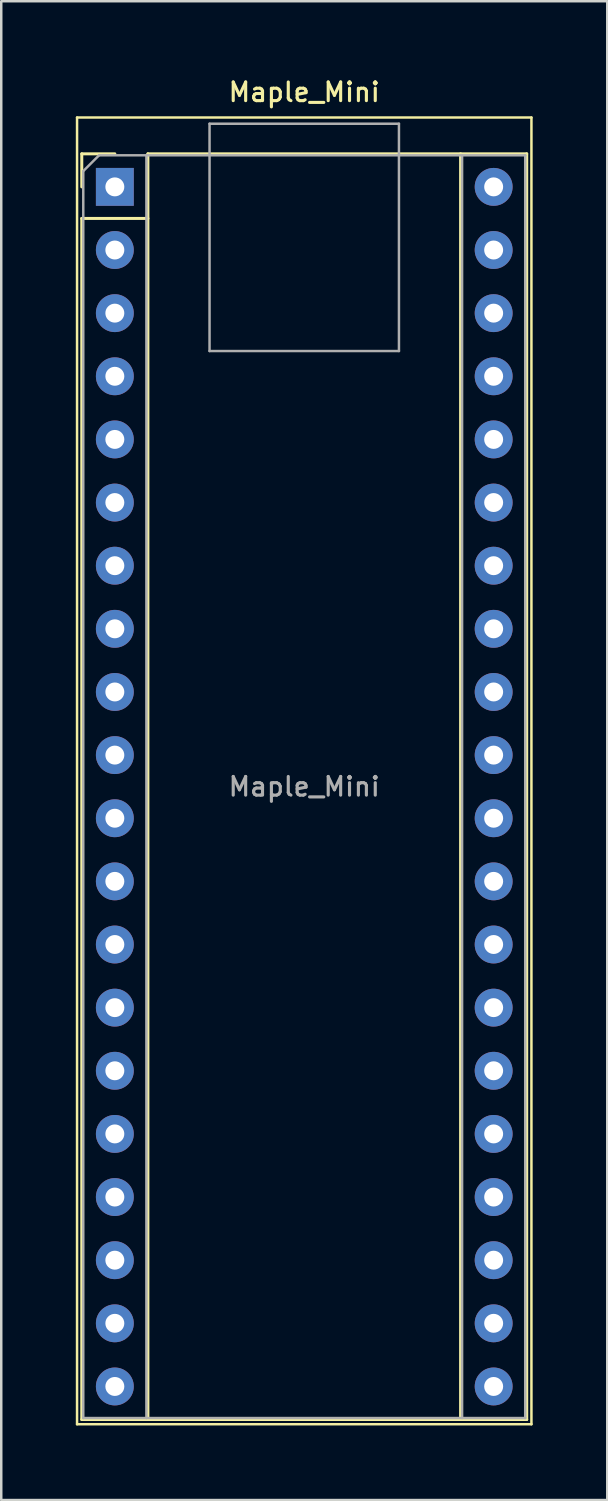
<source format=kicad_pcb>
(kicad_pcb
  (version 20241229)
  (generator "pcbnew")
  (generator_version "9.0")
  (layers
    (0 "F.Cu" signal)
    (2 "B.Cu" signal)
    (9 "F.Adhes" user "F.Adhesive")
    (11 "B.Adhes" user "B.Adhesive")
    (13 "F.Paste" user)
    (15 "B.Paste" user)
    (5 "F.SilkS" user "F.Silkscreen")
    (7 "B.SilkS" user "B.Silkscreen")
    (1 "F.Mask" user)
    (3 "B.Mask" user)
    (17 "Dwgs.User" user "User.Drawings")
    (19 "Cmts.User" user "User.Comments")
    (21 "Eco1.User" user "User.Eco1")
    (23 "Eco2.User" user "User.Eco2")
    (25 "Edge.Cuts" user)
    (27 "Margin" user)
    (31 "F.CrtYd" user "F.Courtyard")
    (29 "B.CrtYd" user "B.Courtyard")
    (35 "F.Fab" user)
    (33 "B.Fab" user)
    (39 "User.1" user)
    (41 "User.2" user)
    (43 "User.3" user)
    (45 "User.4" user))
  (footprint "Maple_Mini"
    (layer "F.Cu")
    (at 1.57 4.468)
    (property "Reference" "Maple_Mini" (at 7.62 -3.81 0) (layer "F.SilkS") (effects (font (size 0.75 0.75) (thickness 0.125))))
    (attr through_hole)
    (fp_line (start -1.52 -2.79) (end 16.76 -2.79) (stroke (width 0.1) (type solid)) (layer "F.SilkS"))
    (fp_line (start -1.52 49.78) (end -1.52 -2.79) (stroke (width 0.1) (type solid)) (layer "F.SilkS"))
    (fp_line (start -1.33 -1.33) (end -1.33 0) (stroke (width 0.12) (type solid)) (layer "F.SilkS"))
    (fp_line (start -1.33 1.27) (end 1.33 1.27) (stroke (width 0.12) (type solid)) (layer "F.SilkS"))
    (fp_line (start -1.33 49.59) (end -1.33 1.27) (stroke (width 0.12) (type solid)) (layer "F.SilkS"))
    (fp_line (start 0 -1.33) (end -1.33 -1.33) (stroke (width 0.12) (type solid)) (layer "F.SilkS"))
    (fp_line (start 1.33 -1.33) (end 1.33 49.59) (stroke (width 0.12) (type solid)) (layer "F.SilkS"))
    (fp_line (start 1.33 -1.33) (end 16.57 -1.33) (stroke (width 0.12) (type solid)) (layer "F.SilkS"))
    (fp_line (start 13.91 49.59) (end 13.91 -1.33) (stroke (width 0.12) (type solid)) (layer "F.SilkS"))
    (fp_line (start 16.57 -1.33) (end 16.57 49.59) (stroke (width 0.12) (type solid)) (layer "F.SilkS"))
    (fp_line (start 16.57 49.59) (end -1.33 49.59) (stroke (width 0.12) (type solid)) (layer "F.SilkS"))
    (fp_line (start 16.76 -2.79) (end 16.76 49.78) (stroke (width 0.1) (type solid)) (layer "F.SilkS"))
    (fp_line (start 16.76 49.78) (end -1.52 49.78) (stroke (width 0.1) (type solid)) (layer "F.SilkS"))
    (fp_line (start -1.27 -0.635) (end -0.635 -1.27) (stroke (width 0.1) (type solid)) (layer "F.Fab"))
    (fp_line (start -1.27 49.53) (end -1.27 -0.635) (stroke (width 0.1) (type solid)) (layer "F.Fab"))
    (fp_line (start -0.635 -1.27) (end 16.51 -1.27) (stroke (width 0.1) (type solid)) (layer "F.Fab"))
    (fp_line (start 1.27 -1.27) (end 1.27 49.53) (stroke (width 0.1) (type solid)) (layer "F.Fab"))
    (fp_line (start 3.81 -2.54) (end 11.43 -2.54) (stroke (width 0.1) (type solid)) (layer "F.Fab"))
    (fp_line (start 3.81 6.604) (end 3.81 -2.54) (stroke (width 0.1) (type solid)) (layer "F.Fab"))
    (fp_line (start 3.81 6.604) (end 11.43 6.604) (stroke (width 0.1) (type solid)) (layer "F.Fab"))
    (fp_line (start 11.43 -2.54) (end 11.43 6.604) (stroke (width 0.1) (type solid)) (layer "F.Fab"))
    (fp_line (start 13.97 -1.27) (end 13.97 49.53) (stroke (width 0.1) (type solid)) (layer "F.Fab"))
    (fp_line (start 16.51 -1.27) (end 16.51 49.53) (stroke (width 0.1) (type solid)) (layer "F.Fab"))
    (fp_line (start 16.51 49.53) (end -1.27 49.53) (stroke (width 0.1) (type solid)) (layer "F.Fab"))
    (fp_text user "${REFERENCE}" (at 7.62 24.13 0) (layer "F.Fab") (effects (font (size 0.75 0.75) (thickness 0.125))))
    (pad "1" thru_hole rect (at 0 0) (size 1.524 1.524) (drill 0.762) (layers "*.Cu" "*.Mask"))
    (pad "2" thru_hole circle (at 0 2.54) (size 1.524 1.524) (drill 0.762) (layers "*.Cu" "*.Mask"))
    (pad "3" thru_hole circle (at 0 5.08) (size 1.524 1.524) (drill 0.762) (layers "*.Cu" "*.Mask"))
    (pad "4" thru_hole circle (at 0 7.62) (size 1.524 1.524) (drill 0.762) (layers "*.Cu" "*.Mask"))
    (pad "5" thru_hole circle (at 0 10.16) (size 1.524 1.524) (drill 0.762) (layers "*.Cu" "*.Mask"))
    (pad "6" thru_hole circle (at 0 12.7) (size 1.524 1.524) (drill 0.762) (layers "*.Cu" "*.Mask"))
    (pad "7" thru_hole circle (at 0 15.24) (size 1.524 1.524) (drill 0.762) (layers "*.Cu" "*.Mask"))
    (pad "8" thru_hole circle (at 0 17.78) (size 1.524 1.524) (drill 0.762) (layers "*.Cu" "*.Mask"))
    (pad "9" thru_hole circle (at 0 20.32) (size 1.524 1.524) (drill 0.762) (layers "*.Cu" "*.Mask"))
    (pad "10" thru_hole circle (at 0 22.86) (size 1.524 1.524) (drill 0.762) (layers "*.Cu" "*.Mask"))
    (pad "11" thru_hole circle (at 0 25.4) (size 1.524 1.524) (drill 0.762) (layers "*.Cu" "*.Mask"))
    (pad "12" thru_hole circle (at 0 27.94) (size 1.524 1.524) (drill 0.762) (layers "*.Cu" "*.Mask"))
    (pad "13" thru_hole circle (at 0 30.48) (size 1.524 1.524) (drill 0.762) (layers "*.Cu" "*.Mask"))
    (pad "14" thru_hole circle (at 0 33.02) (size 1.524 1.524) (drill 0.762) (layers "*.Cu" "*.Mask"))
    (pad "15" thru_hole circle (at 0 35.56) (size 1.524 1.524) (drill 0.762) (layers "*.Cu" "*.Mask"))
    (pad "16" thru_hole circle (at 0 38.1) (size 1.524 1.524) (drill 0.762) (layers "*.Cu" "*.Mask"))
    (pad "17" thru_hole circle (at 0 40.64) (size 1.524 1.524) (drill 0.762) (layers "*.Cu" "*.Mask"))
    (pad "18" thru_hole circle (at 0 43.18) (size 1.524 1.524) (drill 0.762) (layers "*.Cu" "*.Mask"))
    (pad "19" thru_hole circle (at 0 45.72) (size 1.524 1.524) (drill 0.762) (layers "*.Cu" "*.Mask"))
    (pad "20" thru_hole circle (at 0 48.26) (size 1.524 1.524) (drill 0.762) (layers "*.Cu" "*.Mask"))
    (pad "21" thru_hole circle (at 15.24 48.26) (size 1.524 1.524) (drill 0.762) (layers "*.Cu" "*.Mask"))
    (pad "22" thru_hole circle (at 15.24 45.72) (size 1.524 1.524) (drill 0.762) (layers "*.Cu" "*.Mask"))
    (pad "23" thru_hole circle (at 15.24 43.18) (size 1.524 1.524) (drill 0.762) (layers "*.Cu" "*.Mask"))
    (pad "24" thru_hole circle (at 15.24 40.64) (size 1.524 1.524) (drill 0.762) (layers "*.Cu" "*.Mask"))
    (pad "25" thru_hole circle (at 15.24 38.1) (size 1.524 1.524) (drill 0.762) (layers "*.Cu" "*.Mask"))
    (pad "26" thru_hole circle (at 15.24 35.56) (size 1.524 1.524) (drill 0.762) (layers "*.Cu" "*.Mask"))
    (pad "27" thru_hole circle (at 15.24 33.02) (size 1.524 1.524) (drill 0.762) (layers "*.Cu" "*.Mask"))
    (pad "28" thru_hole circle (at 15.24 30.48) (size 1.524 1.524) (drill 0.762) (layers "*.Cu" "*.Mask"))
    (pad "29" thru_hole circle (at 15.24 27.94) (size 1.524 1.524) (drill 0.762) (layers "*.Cu" "*.Mask"))
    (pad "30" thru_hole circle (at 15.24 25.4) (size 1.524 1.524) (drill 0.762) (layers "*.Cu" "*.Mask"))
    (pad "31" thru_hole circle (at 15.24 22.86) (size 1.524 1.524) (drill 0.762) (layers "*.Cu" "*.Mask"))
    (pad "32" thru_hole circle (at 15.24 20.32) (size 1.524 1.524) (drill 0.762) (layers "*.Cu" "*.Mask"))
    (pad "33" thru_hole circle (at 15.24 17.78) (size 1.524 1.524) (drill 0.762) (layers "*.Cu" "*.Mask"))
    (pad "34" thru_hole circle (at 15.24 15.24) (size 1.524 1.524) (drill 0.762) (layers "*.Cu" "*.Mask"))
    (pad "35" thru_hole circle (at 15.24 12.7) (size 1.524 1.524) (drill 0.762) (layers "*.Cu" "*.Mask"))
    (pad "36" thru_hole circle (at 15.24 10.16) (size 1.524 1.524) (drill 0.762) (layers "*.Cu" "*.Mask"))
    (pad "37" thru_hole circle (at 15.24 7.62) (size 1.524 1.524) (drill 0.762) (layers "*.Cu" "*.Mask"))
    (pad "38" thru_hole circle (at 15.24 5.08) (size 1.524 1.524) (drill 0.762) (layers "*.Cu" "*.Mask"))
    (pad "39" thru_hole circle (at 15.24 2.54) (size 1.524 1.524) (drill 0.762) (layers "*.Cu" "*.Mask"))
    (pad "40" thru_hole circle (at 15.24 0) (size 1.524 1.524) (drill 0.762) (layers "*.Cu" "*.Mask")))
  (gr_rect
    (start -3 -3)
    (end 21.38 57.298)
    (stroke (width 0.1) (type default))
    (fill no)
    (layer "Edge.Cuts")))
</source>
